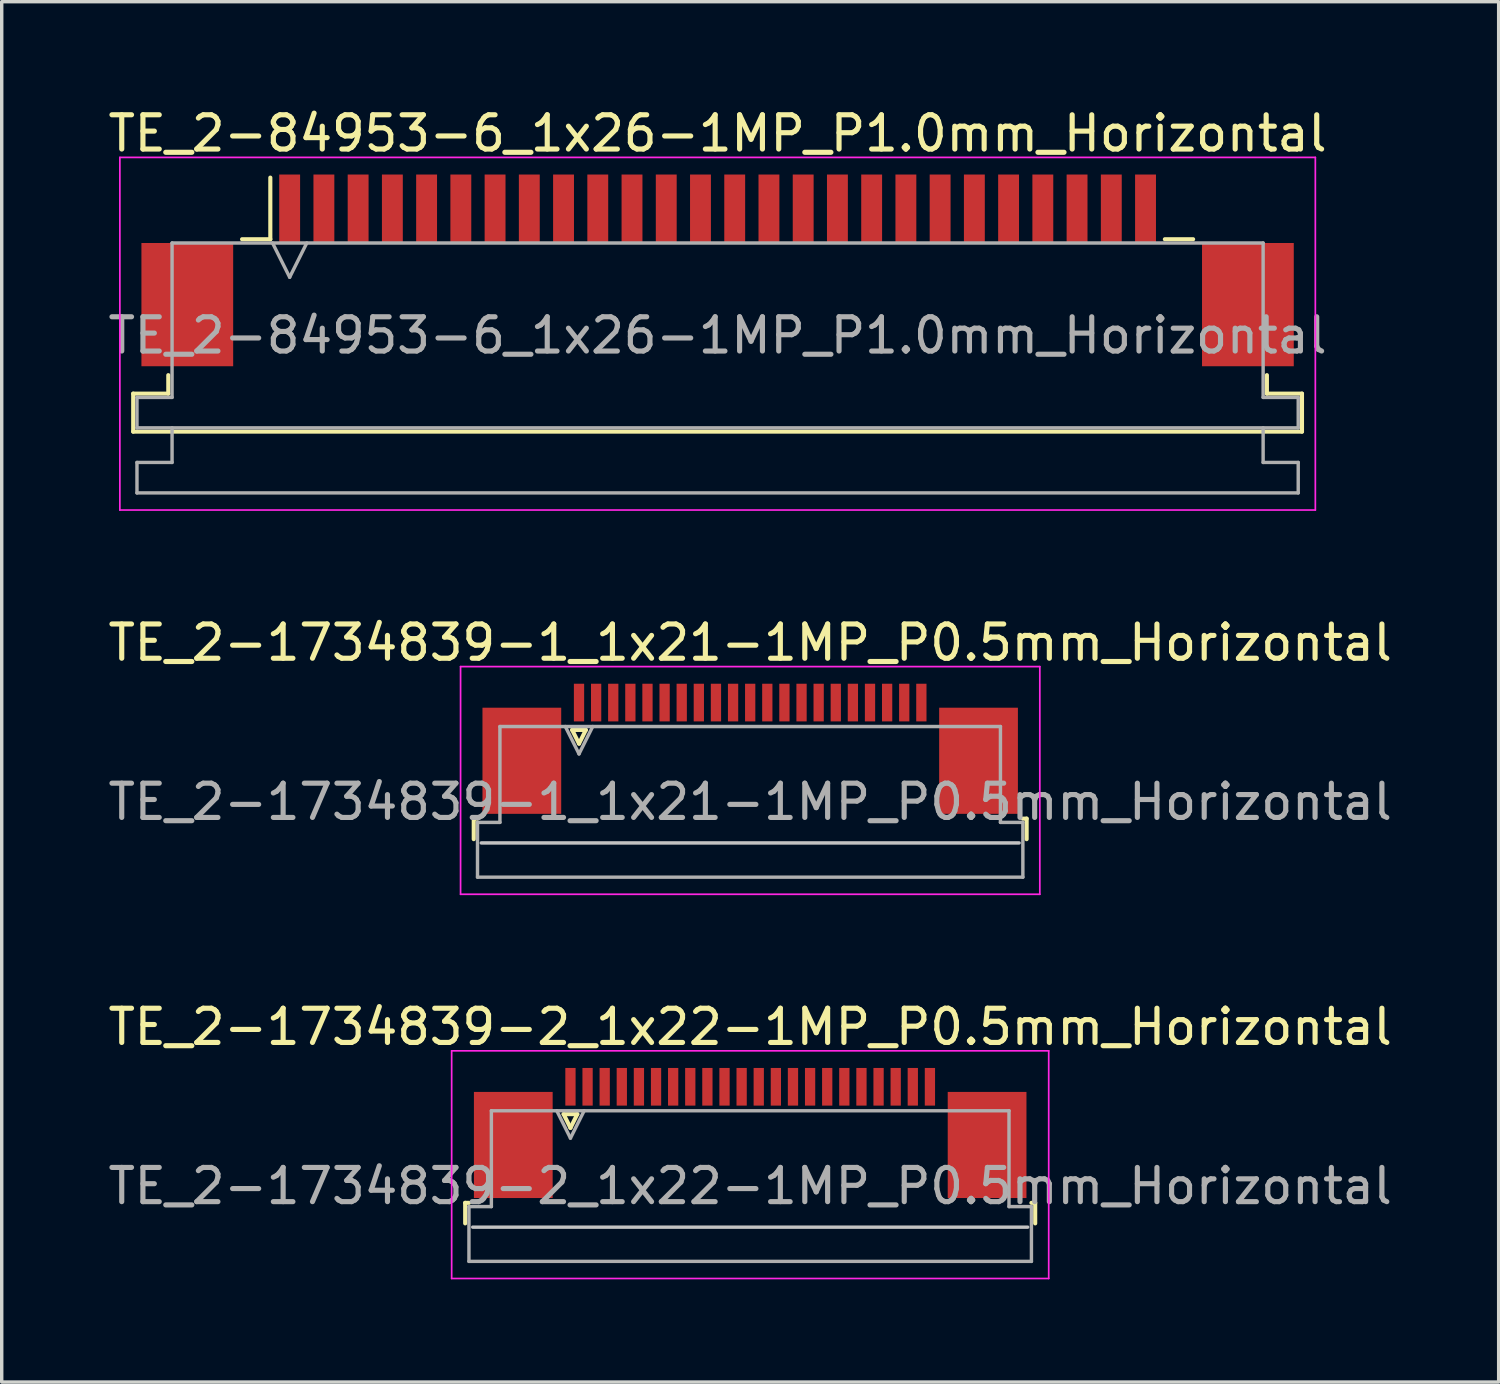
<source format=kicad_pcb>
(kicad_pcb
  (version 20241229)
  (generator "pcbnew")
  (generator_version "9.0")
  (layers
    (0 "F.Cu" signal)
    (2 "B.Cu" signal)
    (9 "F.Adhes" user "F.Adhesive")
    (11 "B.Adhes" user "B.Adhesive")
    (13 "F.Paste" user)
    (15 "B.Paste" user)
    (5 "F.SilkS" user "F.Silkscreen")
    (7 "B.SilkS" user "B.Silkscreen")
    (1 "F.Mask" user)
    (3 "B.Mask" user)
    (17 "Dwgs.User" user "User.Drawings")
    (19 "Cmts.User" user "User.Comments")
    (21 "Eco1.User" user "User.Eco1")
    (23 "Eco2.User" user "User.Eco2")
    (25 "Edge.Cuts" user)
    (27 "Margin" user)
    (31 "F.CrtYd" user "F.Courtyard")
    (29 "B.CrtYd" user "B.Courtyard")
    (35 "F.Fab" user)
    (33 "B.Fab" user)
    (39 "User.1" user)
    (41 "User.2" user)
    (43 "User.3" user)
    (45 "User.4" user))
  (footprint "TE_2-84953-6_1x26-1MP_P1.0mm_Horizontal"
    (layer "F.Cu")
    (at 17.911 4.848)
    (property "Reference" "TE_2-84953-6_1x26-1MP_P1.0mm_Horizontal" (at 0 -4 0) (layer "F.SilkS") (effects (font (size 1 1) (thickness 0.15))))
    (attr smd)
    (fp_line (start -17.07 3.6) (end -16.045 3.6) (stroke (width 0.12) (type solid)) (layer "F.SilkS"))
    (fp_line (start -17.07 4.71) (end -17.07 3.6) (stroke (width 0.12) (type solid)) (layer "F.SilkS"))
    (fp_line (start -16.045 3.6) (end -16.045 3.06) (stroke (width 0.12) (type solid)) (layer "F.SilkS"))
    (fp_line (start -13.89 -0.91) (end -13.065 -0.91) (stroke (width 0.12) (type solid)) (layer "F.SilkS"))
    (fp_line (start -13.065 -0.91) (end -13.065 -2.71) (stroke (width 0.12) (type solid)) (layer "F.SilkS"))
    (fp_line (start 13.065 -0.91) (end 13.89 -0.91) (stroke (width 0.12) (type solid)) (layer "F.SilkS"))
    (fp_line (start 16.045 3.06) (end 16.045 3.6) (stroke (width 0.12) (type solid)) (layer "F.SilkS"))
    (fp_line (start 16.045 3.6) (end 17.07 3.6) (stroke (width 0.12) (type solid)) (layer "F.SilkS"))
    (fp_line (start 17.07 3.6) (end 17.07 4.71) (stroke (width 0.12) (type solid)) (layer "F.SilkS"))
    (fp_line (start 17.07 4.71) (end -17.07 4.71) (stroke (width 0.12) (type solid)) (layer "F.SilkS"))
    (fp_line (start -17.46 -3.3) (end -17.46 7) (stroke (width 0.05) (type solid)) (layer "F.CrtYd"))
    (fp_line (start -17.46 7) (end 17.46 7) (stroke (width 0.05) (type solid)) (layer "F.CrtYd"))
    (fp_line (start 17.46 -3.3) (end -17.46 -3.3) (stroke (width 0.05) (type solid)) (layer "F.CrtYd"))
    (fp_line (start 17.46 7) (end 17.46 -3.3) (stroke (width 0.05) (type solid)) (layer "F.CrtYd"))
    (fp_line (start -16.96 3.71) (end -15.935 3.71) (stroke (width 0.1) (type solid)) (layer "F.Fab"))
    (fp_line (start -16.96 4.6) (end -16.96 3.71) (stroke (width 0.1) (type solid)) (layer "F.Fab"))
    (fp_line (start -16.96 5.61) (end -15.935 5.61) (stroke (width 0.1) (type solid)) (layer "F.Fab"))
    (fp_line (start -16.96 6.5) (end -16.96 5.61) (stroke (width 0.1) (type solid)) (layer "F.Fab"))
    (fp_line (start -15.935 -0.8) (end 15.935 -0.8) (stroke (width 0.1) (type solid)) (layer "F.Fab"))
    (fp_line (start -15.935 3.71) (end -15.935 -0.8) (stroke (width 0.1) (type solid)) (layer "F.Fab"))
    (fp_line (start -15.935 5.61) (end -15.935 4.6) (stroke (width 0.1) (type solid)) (layer "F.Fab"))
    (fp_line (start -13 -0.8) (end -12.5 0.2) (stroke (width 0.1) (type solid)) (layer "F.Fab"))
    (fp_line (start -12.5 0.2) (end -12 -0.8) (stroke (width 0.1) (type solid)) (layer "F.Fab"))
    (fp_line (start 15.935 -0.8) (end 15.935 3.71) (stroke (width 0.1) (type solid)) (layer "F.Fab"))
    (fp_line (start 15.935 3.71) (end 16.96 3.71) (stroke (width 0.1) (type solid)) (layer "F.Fab"))
    (fp_line (start 15.935 4.6) (end 15.935 5.61) (stroke (width 0.1) (type solid)) (layer "F.Fab"))
    (fp_line (start 15.935 5.61) (end 16.96 5.61) (stroke (width 0.1) (type solid)) (layer "F.Fab"))
    (fp_line (start 16.96 3.71) (end 16.96 4.6) (stroke (width 0.1) (type solid)) (layer "F.Fab"))
    (fp_line (start 16.96 4.6) (end -16.96 4.6) (stroke (width 0.1) (type solid)) (layer "F.Fab"))
    (fp_line (start 16.96 5.61) (end 16.96 6.5) (stroke (width 0.1) (type solid)) (layer "F.Fab"))
    (fp_line (start 16.96 6.5) (end -16.96 6.5) (stroke (width 0.1) (type solid)) (layer "F.Fab"))
    (fp_text user "${REFERENCE}" (at 0 1.9 0) (layer "F.Fab") (effects (font (size 1 1) (thickness 0.15))))
    (pad "1" smd rect (at -12.5 -1.8) (size 0.61 2) (layers "F.Cu" "F.Mask" "F.Paste"))
    (pad "2" smd rect (at -11.5 -1.8) (size 0.61 2) (layers "F.Cu" "F.Mask" "F.Paste"))
    (pad "3" smd rect (at -10.5 -1.8) (size 0.61 2) (layers "F.Cu" "F.Mask" "F.Paste"))
    (pad "4" smd rect (at -9.5 -1.8) (size 0.61 2) (layers "F.Cu" "F.Mask" "F.Paste"))
    (pad "5" smd rect (at -8.5 -1.8) (size 0.61 2) (layers "F.Cu" "F.Mask" "F.Paste"))
    (pad "6" smd rect (at -7.5 -1.8) (size 0.61 2) (layers "F.Cu" "F.Mask" "F.Paste"))
    (pad "7" smd rect (at -6.5 -1.8) (size 0.61 2) (layers "F.Cu" "F.Mask" "F.Paste"))
    (pad "8" smd rect (at -5.5 -1.8) (size 0.61 2) (layers "F.Cu" "F.Mask" "F.Paste"))
    (pad "9" smd rect (at -4.5 -1.8) (size 0.61 2) (layers "F.Cu" "F.Mask" "F.Paste"))
    (pad "10" smd rect (at -3.5 -1.8) (size 0.61 2) (layers "F.Cu" "F.Mask" "F.Paste"))
    (pad "11" smd rect (at -2.5 -1.8) (size 0.61 2) (layers "F.Cu" "F.Mask" "F.Paste"))
    (pad "12" smd rect (at -1.5 -1.8) (size 0.61 2) (layers "F.Cu" "F.Mask" "F.Paste"))
    (pad "13" smd rect (at -0.5 -1.8) (size 0.61 2) (layers "F.Cu" "F.Mask" "F.Paste"))
    (pad "14" smd rect (at 0.5 -1.8) (size 0.61 2) (layers "F.Cu" "F.Mask" "F.Paste"))
    (pad "15" smd rect (at 1.5 -1.8) (size 0.61 2) (layers "F.Cu" "F.Mask" "F.Paste"))
    (pad "16" smd rect (at 2.5 -1.8) (size 0.61 2) (layers "F.Cu" "F.Mask" "F.Paste"))
    (pad "17" smd rect (at 3.5 -1.8) (size 0.61 2) (layers "F.Cu" "F.Mask" "F.Paste"))
    (pad "18" smd rect (at 4.5 -1.8) (size 0.61 2) (layers "F.Cu" "F.Mask" "F.Paste"))
    (pad "19" smd rect (at 5.5 -1.8) (size 0.61 2) (layers "F.Cu" "F.Mask" "F.Paste"))
    (pad "20" smd rect (at 6.5 -1.8) (size 0.61 2) (layers "F.Cu" "F.Mask" "F.Paste"))
    (pad "21" smd rect (at 7.5 -1.8) (size 0.61 2) (layers "F.Cu" "F.Mask" "F.Paste"))
    (pad "22" smd rect (at 8.5 -1.8) (size 0.61 2) (layers "F.Cu" "F.Mask" "F.Paste"))
    (pad "23" smd rect (at 9.5 -1.8) (size 0.61 2) (layers "F.Cu" "F.Mask" "F.Paste"))
    (pad "24" smd rect (at 10.5 -1.8) (size 0.61 2) (layers "F.Cu" "F.Mask" "F.Paste"))
    (pad "25" smd rect (at 11.5 -1.8) (size 0.61 2) (layers "F.Cu" "F.Mask" "F.Paste"))
    (pad "26" smd rect (at 12.5 -1.8) (size 0.61 2) (layers "F.Cu" "F.Mask" "F.Paste"))
    (pad "MP" smd rect (at -15.49 1) (size 2.68 3.6) (layers "F.Cu" "F.Mask" "F.Paste"))
    (pad "MP" smd rect (at 15.49 1) (size 2.68 3.6) (layers "F.Cu" "F.Mask" "F.Paste")))
  (footprint "TE_2-1734839-2_1x22-1MP_P0.5mm_Horizontal"
    (layer "F.Cu")
    (at 18.863 30.045)
    (property "Reference" "TE_2-1734839-2_1x22-1MP_P0.5mm_Horizontal" (at 0 -3.1 0) (layer "F.SilkS") (effects (font (size 1 1) (thickness 0.15))))
    (attr smd)
    (fp_line (start -8.325 2.04) (end -8.325 2.64) (stroke (width 0.12) (type solid)) (layer "F.SilkS"))
    (fp_line (start -8.215 2.04) (end -8.325 2.04) (stroke (width 0.12) (type solid)) (layer "F.SilkS"))
    (fp_line (start -5.45 -0.55) (end -5.25 -0.15) (stroke (width 0.12) (type solid)) (layer "F.SilkS"))
    (fp_line (start -5.25 -0.15) (end -5.05 -0.55) (stroke (width 0.12) (type solid)) (layer "F.SilkS"))
    (fp_line (start -5.05 -0.55) (end -5.45 -0.55) (stroke (width 0.12) (type solid)) (layer "F.SilkS"))
    (fp_line (start 8.215 2.04) (end 8.325 2.04) (stroke (width 0.12) (type solid)) (layer "F.SilkS"))
    (fp_line (start 8.325 2.04) (end 8.325 2.64) (stroke (width 0.12) (type solid)) (layer "F.SilkS"))
    (fp_line (start 8.105 2.75) (end -8.105 2.75) (stroke (width 0.1) (type solid)) (layer "Dwgs.User"))
    (fp_line (start -8.72 -2.4) (end -8.72 4.25) (stroke (width 0.05) (type solid)) (layer "F.CrtYd"))
    (fp_line (start -8.72 4.25) (end 8.72 4.25) (stroke (width 0.05) (type solid)) (layer "F.CrtYd"))
    (fp_line (start 8.72 -2.4) (end -8.72 -2.4) (stroke (width 0.05) (type solid)) (layer "F.CrtYd"))
    (fp_line (start 8.72 4.25) (end 8.72 -2.4) (stroke (width 0.05) (type solid)) (layer "F.CrtYd"))
    (fp_line (start -8.215 2.15) (end -7.56 2.15) (stroke (width 0.1) (type solid)) (layer "F.Fab"))
    (fp_line (start -8.215 3.75) (end -8.215 2.15) (stroke (width 0.1) (type solid)) (layer "F.Fab"))
    (fp_line (start -7.56 -0.65) (end 7.56 -0.65) (stroke (width 0.1) (type solid)) (layer "F.Fab"))
    (fp_line (start -7.56 2.15) (end -7.56 -0.65) (stroke (width 0.1) (type solid)) (layer "F.Fab"))
    (fp_line (start -5.65 -0.65) (end -5.25 0.15) (stroke (width 0.1) (type solid)) (layer "F.Fab"))
    (fp_line (start -5.25 0.15) (end -4.85 -0.65) (stroke (width 0.1) (type solid)) (layer "F.Fab"))
    (fp_line (start 7.56 -0.65) (end 7.56 2.15) (stroke (width 0.1) (type solid)) (layer "F.Fab"))
    (fp_line (start 7.56 2.15) (end 8.215 2.15) (stroke (width 0.1) (type solid)) (layer "F.Fab"))
    (fp_line (start 8.215 2.15) (end 8.215 3.75) (stroke (width 0.1) (type solid)) (layer "F.Fab"))
    (fp_line (start 8.215 3.75) (end -8.215 3.75) (stroke (width 0.1) (type solid)) (layer "F.Fab"))
    (fp_text user "${REFERENCE}" (at 0 1.55 0) (layer "F.Fab") (effects (font (size 1 1) (thickness 0.15))))
    (pad "1" smd rect (at -5.25 -1.35) (size 0.3 1.1) (layers "F.Cu" "F.Mask" "F.Paste"))
    (pad "2" smd rect (at -4.75 -1.35) (size 0.3 1.1) (layers "F.Cu" "F.Mask" "F.Paste"))
    (pad "3" smd rect (at -4.25 -1.35) (size 0.3 1.1) (layers "F.Cu" "F.Mask" "F.Paste"))
    (pad "4" smd rect (at -3.75 -1.35) (size 0.3 1.1) (layers "F.Cu" "F.Mask" "F.Paste"))
    (pad "5" smd rect (at -3.25 -1.35) (size 0.3 1.1) (layers "F.Cu" "F.Mask" "F.Paste"))
    (pad "6" smd rect (at -2.75 -1.35) (size 0.3 1.1) (layers "F.Cu" "F.Mask" "F.Paste"))
    (pad "7" smd rect (at -2.25 -1.35) (size 0.3 1.1) (layers "F.Cu" "F.Mask" "F.Paste"))
    (pad "8" smd rect (at -1.75 -1.35) (size 0.3 1.1) (layers "F.Cu" "F.Mask" "F.Paste"))
    (pad "9" smd rect (at -1.25 -1.35) (size 0.3 1.1) (layers "F.Cu" "F.Mask" "F.Paste"))
    (pad "10" smd rect (at -0.75 -1.35) (size 0.3 1.1) (layers "F.Cu" "F.Mask" "F.Paste"))
    (pad "11" smd rect (at -0.25 -1.35) (size 0.3 1.1) (layers "F.Cu" "F.Mask" "F.Paste"))
    (pad "12" smd rect (at 0.25 -1.35) (size 0.3 1.1) (layers "F.Cu" "F.Mask" "F.Paste"))
    (pad "13" smd rect (at 0.75 -1.35) (size 0.3 1.1) (layers "F.Cu" "F.Mask" "F.Paste"))
    (pad "14" smd rect (at 1.25 -1.35) (size 0.3 1.1) (layers "F.Cu" "F.Mask" "F.Paste"))
    (pad "15" smd rect (at 1.75 -1.35) (size 0.3 1.1) (layers "F.Cu" "F.Mask" "F.Paste"))
    (pad "16" smd rect (at 2.25 -1.35) (size 0.3 1.1) (layers "F.Cu" "F.Mask" "F.Paste"))
    (pad "17" smd rect (at 2.75 -1.35) (size 0.3 1.1) (layers "F.Cu" "F.Mask" "F.Paste"))
    (pad "18" smd rect (at 3.25 -1.35) (size 0.3 1.1) (layers "F.Cu" "F.Mask" "F.Paste"))
    (pad "19" smd rect (at 3.75 -1.35) (size 0.3 1.1) (layers "F.Cu" "F.Mask" "F.Paste"))
    (pad "20" smd rect (at 4.25 -1.35) (size 0.3 1.1) (layers "F.Cu" "F.Mask" "F.Paste"))
    (pad "21" smd rect (at 4.75 -1.35) (size 0.3 1.1) (layers "F.Cu" "F.Mask" "F.Paste"))
    (pad "22" smd rect (at 5.25 -1.35) (size 0.3 1.1) (layers "F.Cu" "F.Mask" "F.Paste"))
    (pad "MP" smd rect (at -6.92 0.35) (size 2.3 3.1) (layers "F.Cu" "F.Mask" "F.Paste"))
    (pad "MP" smd rect (at 6.92 0.35) (size 2.3 3.1) (layers "F.Cu" "F.Mask" "F.Paste")))
  (footprint "TE_2-1734839-1_1x21-1MP_P0.5mm_Horizontal"
    (layer "F.Cu")
    (at 18.863 18.822)
    (property "Reference" "TE_2-1734839-1_1x21-1MP_P0.5mm_Horizontal" (at 0 -3.1 0) (layer "F.SilkS") (effects (font (size 1 1) (thickness 0.15))))
    (attr smd)
    (fp_line (start -8.075 2.04) (end -8.075 2.64) (stroke (width 0.12) (type solid)) (layer "F.SilkS"))
    (fp_line (start -7.965 2.04) (end -8.075 2.04) (stroke (width 0.12) (type solid)) (layer "F.SilkS"))
    (fp_line (start -5.2 -0.55) (end -5 -0.15) (stroke (width 0.12) (type solid)) (layer "F.SilkS"))
    (fp_line (start -5 -0.15) (end -4.8 -0.55) (stroke (width 0.12) (type solid)) (layer "F.SilkS"))
    (fp_line (start -4.8 -0.55) (end -5.2 -0.55) (stroke (width 0.12) (type solid)) (layer "F.SilkS"))
    (fp_line (start 7.965 2.04) (end 8.075 2.04) (stroke (width 0.12) (type solid)) (layer "F.SilkS"))
    (fp_line (start 8.075 2.04) (end 8.075 2.64) (stroke (width 0.12) (type solid)) (layer "F.SilkS"))
    (fp_line (start 7.855 2.75) (end -7.855 2.75) (stroke (width 0.1) (type solid)) (layer "Dwgs.User"))
    (fp_line (start -8.46 -2.4) (end -8.46 4.25) (stroke (width 0.05) (type solid)) (layer "F.CrtYd"))
    (fp_line (start -8.46 4.25) (end 8.46 4.25) (stroke (width 0.05) (type solid)) (layer "F.CrtYd"))
    (fp_line (start 8.46 -2.4) (end -8.46 -2.4) (stroke (width 0.05) (type solid)) (layer "F.CrtYd"))
    (fp_line (start 8.46 4.25) (end 8.46 -2.4) (stroke (width 0.05) (type solid)) (layer "F.CrtYd"))
    (fp_line (start -7.965 2.15) (end -7.31 2.15) (stroke (width 0.1) (type solid)) (layer "F.Fab"))
    (fp_line (start -7.965 3.75) (end -7.965 2.15) (stroke (width 0.1) (type solid)) (layer "F.Fab"))
    (fp_line (start -7.31 -0.65) (end 7.31 -0.65) (stroke (width 0.1) (type solid)) (layer "F.Fab"))
    (fp_line (start -7.31 2.15) (end -7.31 -0.65) (stroke (width 0.1) (type solid)) (layer "F.Fab"))
    (fp_line (start -5.4 -0.65) (end -5 0.15) (stroke (width 0.1) (type solid)) (layer "F.Fab"))
    (fp_line (start -5 0.15) (end -4.6 -0.65) (stroke (width 0.1) (type solid)) (layer "F.Fab"))
    (fp_line (start 7.31 -0.65) (end 7.31 2.15) (stroke (width 0.1) (type solid)) (layer "F.Fab"))
    (fp_line (start 7.31 2.15) (end 7.965 2.15) (stroke (width 0.1) (type solid)) (layer "F.Fab"))
    (fp_line (start 7.965 2.15) (end 7.965 3.75) (stroke (width 0.1) (type solid)) (layer "F.Fab"))
    (fp_line (start 7.965 3.75) (end -7.965 3.75) (stroke (width 0.1) (type solid)) (layer "F.Fab"))
    (fp_text user "${REFERENCE}" (at 0 1.55 0) (layer "F.Fab") (effects (font (size 1 1) (thickness 0.15))))
    (pad "1" smd rect (at -5 -1.35) (size 0.3 1.1) (layers "F.Cu" "F.Mask" "F.Paste"))
    (pad "2" smd rect (at -4.5 -1.35) (size 0.3 1.1) (layers "F.Cu" "F.Mask" "F.Paste"))
    (pad "3" smd rect (at -4 -1.35) (size 0.3 1.1) (layers "F.Cu" "F.Mask" "F.Paste"))
    (pad "4" smd rect (at -3.5 -1.35) (size 0.3 1.1) (layers "F.Cu" "F.Mask" "F.Paste"))
    (pad "5" smd rect (at -3 -1.35) (size 0.3 1.1) (layers "F.Cu" "F.Mask" "F.Paste"))
    (pad "6" smd rect (at -2.5 -1.35) (size 0.3 1.1) (layers "F.Cu" "F.Mask" "F.Paste"))
    (pad "7" smd rect (at -2 -1.35) (size 0.3 1.1) (layers "F.Cu" "F.Mask" "F.Paste"))
    (pad "8" smd rect (at -1.5 -1.35) (size 0.3 1.1) (layers "F.Cu" "F.Mask" "F.Paste"))
    (pad "9" smd rect (at -1 -1.35) (size 0.3 1.1) (layers "F.Cu" "F.Mask" "F.Paste"))
    (pad "10" smd rect (at -0.5 -1.35) (size 0.3 1.1) (layers "F.Cu" "F.Mask" "F.Paste"))
    (pad "11" smd rect (at 0 -1.35) (size 0.3 1.1) (layers "F.Cu" "F.Mask" "F.Paste"))
    (pad "12" smd rect (at 0.5 -1.35) (size 0.3 1.1) (layers "F.Cu" "F.Mask" "F.Paste"))
    (pad "13" smd rect (at 1 -1.35) (size 0.3 1.1) (layers "F.Cu" "F.Mask" "F.Paste"))
    (pad "14" smd rect (at 1.5 -1.35) (size 0.3 1.1) (layers "F.Cu" "F.Mask" "F.Paste"))
    (pad "15" smd rect (at 2 -1.35) (size 0.3 1.1) (layers "F.Cu" "F.Mask" "F.Paste"))
    (pad "16" smd rect (at 2.5 -1.35) (size 0.3 1.1) (layers "F.Cu" "F.Mask" "F.Paste"))
    (pad "17" smd rect (at 3 -1.35) (size 0.3 1.1) (layers "F.Cu" "F.Mask" "F.Paste"))
    (pad "18" smd rect (at 3.5 -1.35) (size 0.3 1.1) (layers "F.Cu" "F.Mask" "F.Paste"))
    (pad "19" smd rect (at 4 -1.35) (size 0.3 1.1) (layers "F.Cu" "F.Mask" "F.Paste"))
    (pad "20" smd rect (at 4.5 -1.35) (size 0.3 1.1) (layers "F.Cu" "F.Mask" "F.Paste"))
    (pad "21" smd rect (at 5 -1.35) (size 0.3 1.1) (layers "F.Cu" "F.Mask" "F.Paste"))
    (pad "MP" smd rect (at -6.67 0.35) (size 2.3 3.1) (layers "F.Cu" "F.Mask" "F.Paste"))
    (pad "MP" smd rect (at 6.67 0.35) (size 2.3 3.1) (layers "F.Cu" "F.Mask" "F.Paste")))
  (gr_rect
    (start -3 -3)
    (end 40.726 37.32)
    (stroke (width 0.1) (type default))
    (fill no)
    (layer "Edge.Cuts")))
</source>
